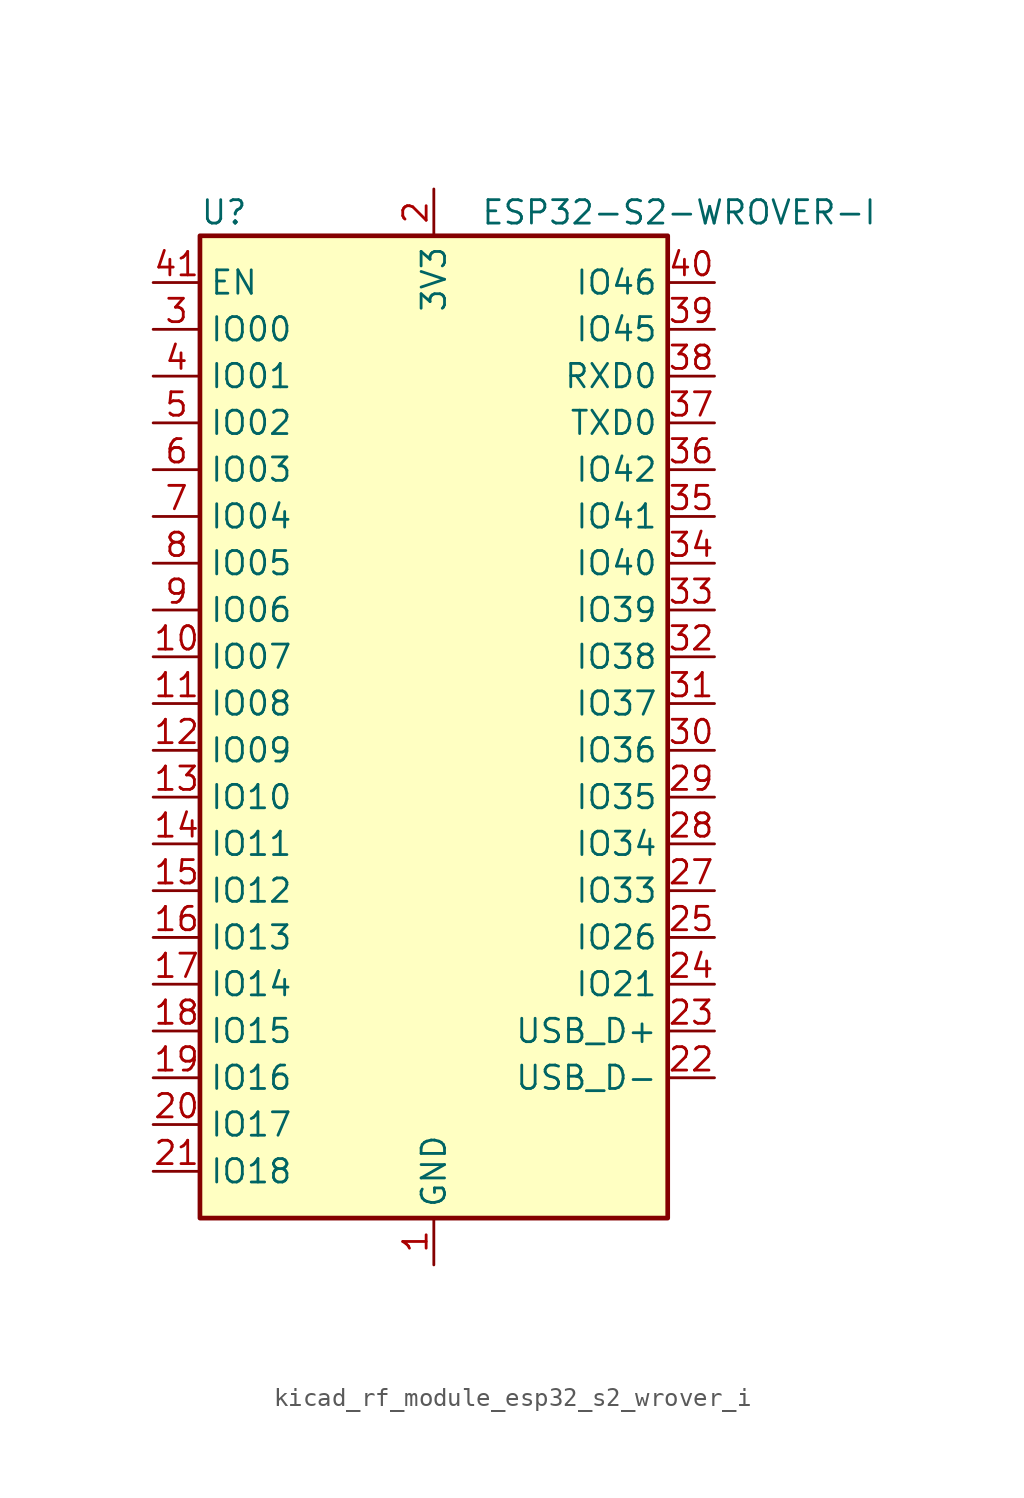
<source format=kicad_sym>
(kicad_symbol_lib
  (version 20220914)
  (generator kicad_symbol_editor)
  (symbol "kicad_rf_module_esp32_s2_wrover_i"
    (property "Reference" "U"
      (at -12.7 29.21 0)
      (effects (font (size 1.27 1.27)) (justify left)))
    (property "Value" "ESP32-S2-WROVER-I"
      (at 2.54 29.21 0)
      (effects (font (size 1.27 1.27)) (justify left)))
    (symbol "kicad_rf_module_esp32_s2_wrover_i_0_1"
      (rectangle (start -12.7 27.94) (end 12.7 -25.4) (stroke (width 0.254) (type default)) (fill (type background))))
    (symbol "kicad_rf_module_esp32_s2_wrover_i_1_1"
      (pin power_in line (at 0 -27.94 90) (length 2.54) (name "GND" (effects (font (size 1.27 1.27)))) (number "1" (effects (font (size 1.27 1.27)))))
      (pin bidirectional line (at -15.24 5.08 0) (length 2.54) (name "IO07" (effects (font (size 1.27 1.27)))) (number "10" (effects (font (size 1.27 1.27)))))
      (pin bidirectional line (at -15.24 2.54 0) (length 2.54) (name "IO08" (effects (font (size 1.27 1.27)))) (number "11" (effects (font (size 1.27 1.27)))))
      (pin bidirectional line (at -15.24 0 0) (length 2.54) (name "IO09" (effects (font (size 1.27 1.27)))) (number "12" (effects (font (size 1.27 1.27)))))
      (pin bidirectional line (at -15.24 -2.54 0) (length 2.54) (name "IO10" (effects (font (size 1.27 1.27)))) (number "13" (effects (font (size 1.27 1.27)))))
      (pin bidirectional line (at -15.24 -5.08 0) (length 2.54) (name "IO11" (effects (font (size 1.27 1.27)))) (number "14" (effects (font (size 1.27 1.27)))))
      (pin bidirectional line (at -15.24 -7.62 0) (length 2.54) (name "IO12" (effects (font (size 1.27 1.27)))) (number "15" (effects (font (size 1.27 1.27)))))
      (pin bidirectional line (at -15.24 -10.16 0) (length 2.54) (name "IO13" (effects (font (size 1.27 1.27)))) (number "16" (effects (font (size 1.27 1.27)))))
      (pin bidirectional line (at -15.24 -12.7 0) (length 2.54) (name "IO14" (effects (font (size 1.27 1.27)))) (number "17" (effects (font (size 1.27 1.27)))))
      (pin bidirectional line (at -15.24 -15.24 0) (length 2.54) (name "IO15" (effects (font (size 1.27 1.27)))) (number "18" (effects (font (size 1.27 1.27)))))
      (pin bidirectional line (at -15.24 -17.78 0) (length 2.54) (name "IO16" (effects (font (size 1.27 1.27)))) (number "19" (effects (font (size 1.27 1.27)))))
      (pin power_in line (at 0 30.48 270) (length 2.54) (name "3V3" (effects (font (size 1.27 1.27)))) (number "2" (effects (font (size 1.27 1.27)))))
      (pin bidirectional line (at -15.24 -20.32 0) (length 2.54) (name "IO17" (effects (font (size 1.27 1.27)))) (number "20" (effects (font (size 1.27 1.27)))))
      (pin bidirectional line (at -15.24 -22.86 0) (length 2.54) (name "IO18" (effects (font (size 1.27 1.27)))) (number "21" (effects (font (size 1.27 1.27)))))
      (pin bidirectional line (at 15.24 -17.78 180) (length 2.54) (name "USB_D-" (effects (font (size 1.27 1.27)))) (number "22" (effects (font (size 1.27 1.27)))))
      (pin bidirectional line (at 15.24 -15.24 180) (length 2.54) (name "USB_D+" (effects (font (size 1.27 1.27)))) (number "23" (effects (font (size 1.27 1.27)))))
      (pin bidirectional line (at 15.24 -12.7 180) (length 2.54) (name "IO21" (effects (font (size 1.27 1.27)))) (number "24" (effects (font (size 1.27 1.27)))))
      (pin bidirectional line (at 15.24 -10.16 180) (length 2.54) (name "IO26" (effects (font (size 1.27 1.27)))) (number "25" (effects (font (size 1.27 1.27)))))
      (pin passive line (at 0 -27.94 90) (length 2.54) hide (name "GND" (effects (font (size 1.27 1.27)))) (number "26" (effects (font (size 1.27 1.27)))))
      (pin bidirectional line (at 15.24 -7.62 180) (length 2.54) (name "IO33" (effects (font (size 1.27 1.27)))) (number "27" (effects (font (size 1.27 1.27)))))
      (pin bidirectional line (at 15.24 -5.08 180) (length 2.54) (name "IO34" (effects (font (size 1.27 1.27)))) (number "28" (effects (font (size 1.27 1.27)))))
      (pin bidirectional line (at 15.24 -2.54 180) (length 2.54) (name "IO35" (effects (font (size 1.27 1.27)))) (number "29" (effects (font (size 1.27 1.27)))))
      (pin bidirectional line (at -15.24 22.86 0) (length 2.54) (name "IO00" (effects (font (size 1.27 1.27)))) (number "3" (effects (font (size 1.27 1.27)))))
      (pin bidirectional line (at 15.24 0 180) (length 2.54) (name "IO36" (effects (font (size 1.27 1.27)))) (number "30" (effects (font (size 1.27 1.27)))))
      (pin bidirectional line (at 15.24 2.54 180) (length 2.54) (name "IO37" (effects (font (size 1.27 1.27)))) (number "31" (effects (font (size 1.27 1.27)))))
      (pin bidirectional line (at 15.24 5.08 180) (length 2.54) (name "IO38" (effects (font (size 1.27 1.27)))) (number "32" (effects (font (size 1.27 1.27)))))
      (pin bidirectional line (at 15.24 7.62 180) (length 2.54) (name "IO39" (effects (font (size 1.27 1.27)))) (number "33" (effects (font (size 1.27 1.27)))))
      (pin bidirectional line (at 15.24 10.16 180) (length 2.54) (name "IO40" (effects (font (size 1.27 1.27)))) (number "34" (effects (font (size 1.27 1.27)))))
      (pin bidirectional line (at 15.24 12.7 180) (length 2.54) (name "IO41" (effects (font (size 1.27 1.27)))) (number "35" (effects (font (size 1.27 1.27)))))
      (pin bidirectional line (at 15.24 15.24 180) (length 2.54) (name "IO42" (effects (font (size 1.27 1.27)))) (number "36" (effects (font (size 1.27 1.27)))))
      (pin bidirectional line (at 15.24 17.78 180) (length 2.54) (name "TXD0" (effects (font (size 1.27 1.27)))) (number "37" (effects (font (size 1.27 1.27)))))
      (pin bidirectional line (at 15.24 20.32 180) (length 2.54) (name "RXD0" (effects (font (size 1.27 1.27)))) (number "38" (effects (font (size 1.27 1.27)))))
      (pin bidirectional line (at 15.24 22.86 180) (length 2.54) (name "IO45" (effects (font (size 1.27 1.27)))) (number "39" (effects (font (size 1.27 1.27)))))
      (pin bidirectional line (at -15.24 20.32 0) (length 2.54) (name "IO01" (effects (font (size 1.27 1.27)))) (number "4" (effects (font (size 1.27 1.27)))))
      (pin input line (at 15.24 25.4 180) (length 2.54) (name "IO46" (effects (font (size 1.27 1.27)))) (number "40" (effects (font (size 1.27 1.27)))))
      (pin input line (at -15.24 25.4 0) (length 2.54) (name "EN" (effects (font (size 1.27 1.27)))) (number "41" (effects (font (size 1.27 1.27)))))
      (pin passive line (at 0 -27.94 90) (length 2.54) hide (name "GND" (effects (font (size 1.27 1.27)))) (number "42" (effects (font (size 1.27 1.27)))))
      (pin passive line (at 0 -27.94 90) (length 2.54) hide (name "GND" (effects (font (size 1.27 1.27)))) (number "43" (effects (font (size 1.27 1.27)))))
      (pin bidirectional line (at -15.24 17.78 0) (length 2.54) (name "IO02" (effects (font (size 1.27 1.27)))) (number "5" (effects (font (size 1.27 1.27)))))
      (pin bidirectional line (at -15.24 15.24 0) (length 2.54) (name "IO03" (effects (font (size 1.27 1.27)))) (number "6" (effects (font (size 1.27 1.27)))))
      (pin bidirectional line (at -15.24 12.7 0) (length 2.54) (name "IO04" (effects (font (size 1.27 1.27)))) (number "7" (effects (font (size 1.27 1.27)))))
      (pin bidirectional line (at -15.24 10.16 0) (length 2.54) (name "IO05" (effects (font (size 1.27 1.27)))) (number "8" (effects (font (size 1.27 1.27)))))
      (pin bidirectional line (at -15.24 7.62 0) (length 2.54) (name "IO06" (effects (font (size 1.27 1.27)))) (number "9" (effects (font (size 1.27 1.27))))))))
</source>
